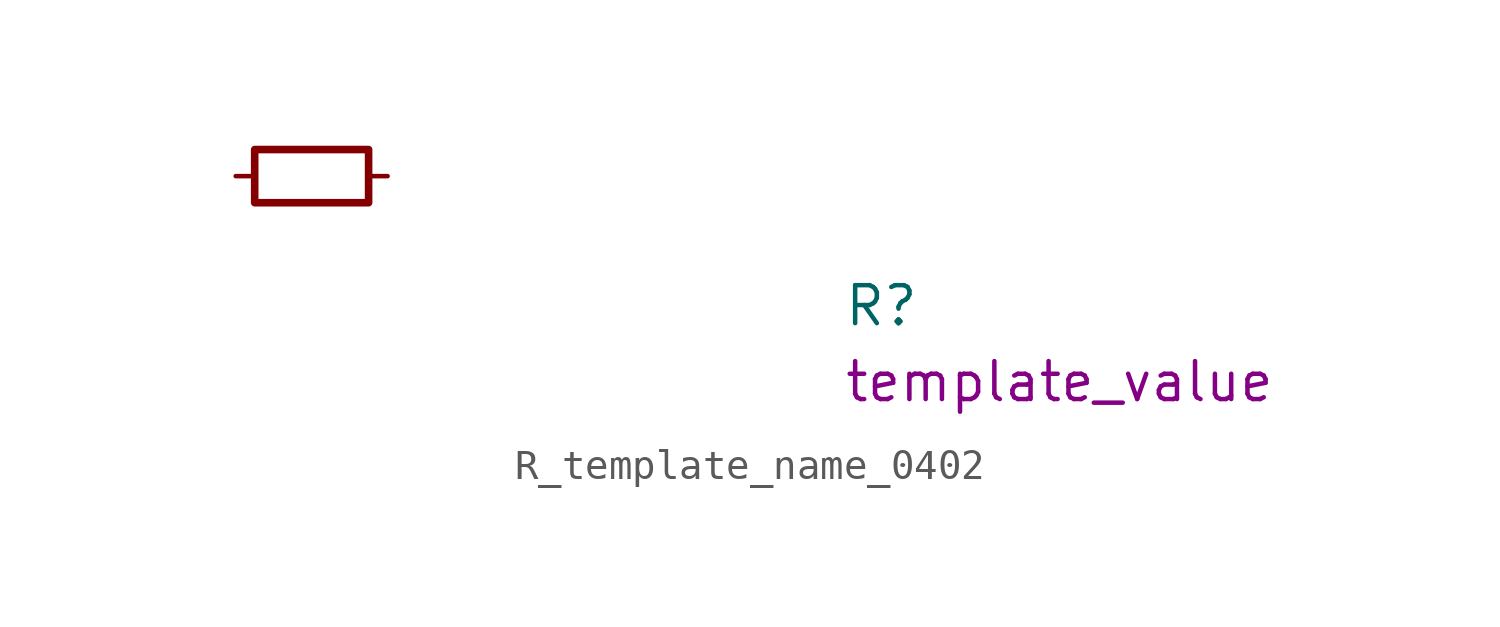
<source format=kicad_sym>
(kicad_symbol_lib
  (version 20220914)
  (generator kicad_symbol_editor)
  (symbol "R_template_name_0402"
    (pin_numbers hide)
    (pin_names hide)
    (property "Reference" "R"
      (at 20.32 -5.08 0)
      (effects (font (size 1.27 1.27) (thickness 0.15)) (justify left bottom)))
    (property "Val" "template_value"
      (at 20.32 -7.62 0)
      (effects (font (size 1.27 1.27) (thickness 0.15)) (justify left bottom)))
    (symbol "R_template_name_0402_0_1"
      (rectangle (start 0.635 0.889) (end 4.445 -0.889) (stroke (width 0.254) (type default)) (fill (type none))))
    (symbol "R_template_name_0402_1_1"
      (pin passive line (at 0 0 0) (length 0.635) (name "~" (effects (font (size 1.27 1.27)))) (number "1" (effects (font (size 1.27 1.27)))))
      (pin passive line (at 5.08 0 180) (length 0.635) (name "~" (effects (font (size 1.27 1.27)))) (number "2" (effects (font (size 1.27 1.27))))))))
</source>
